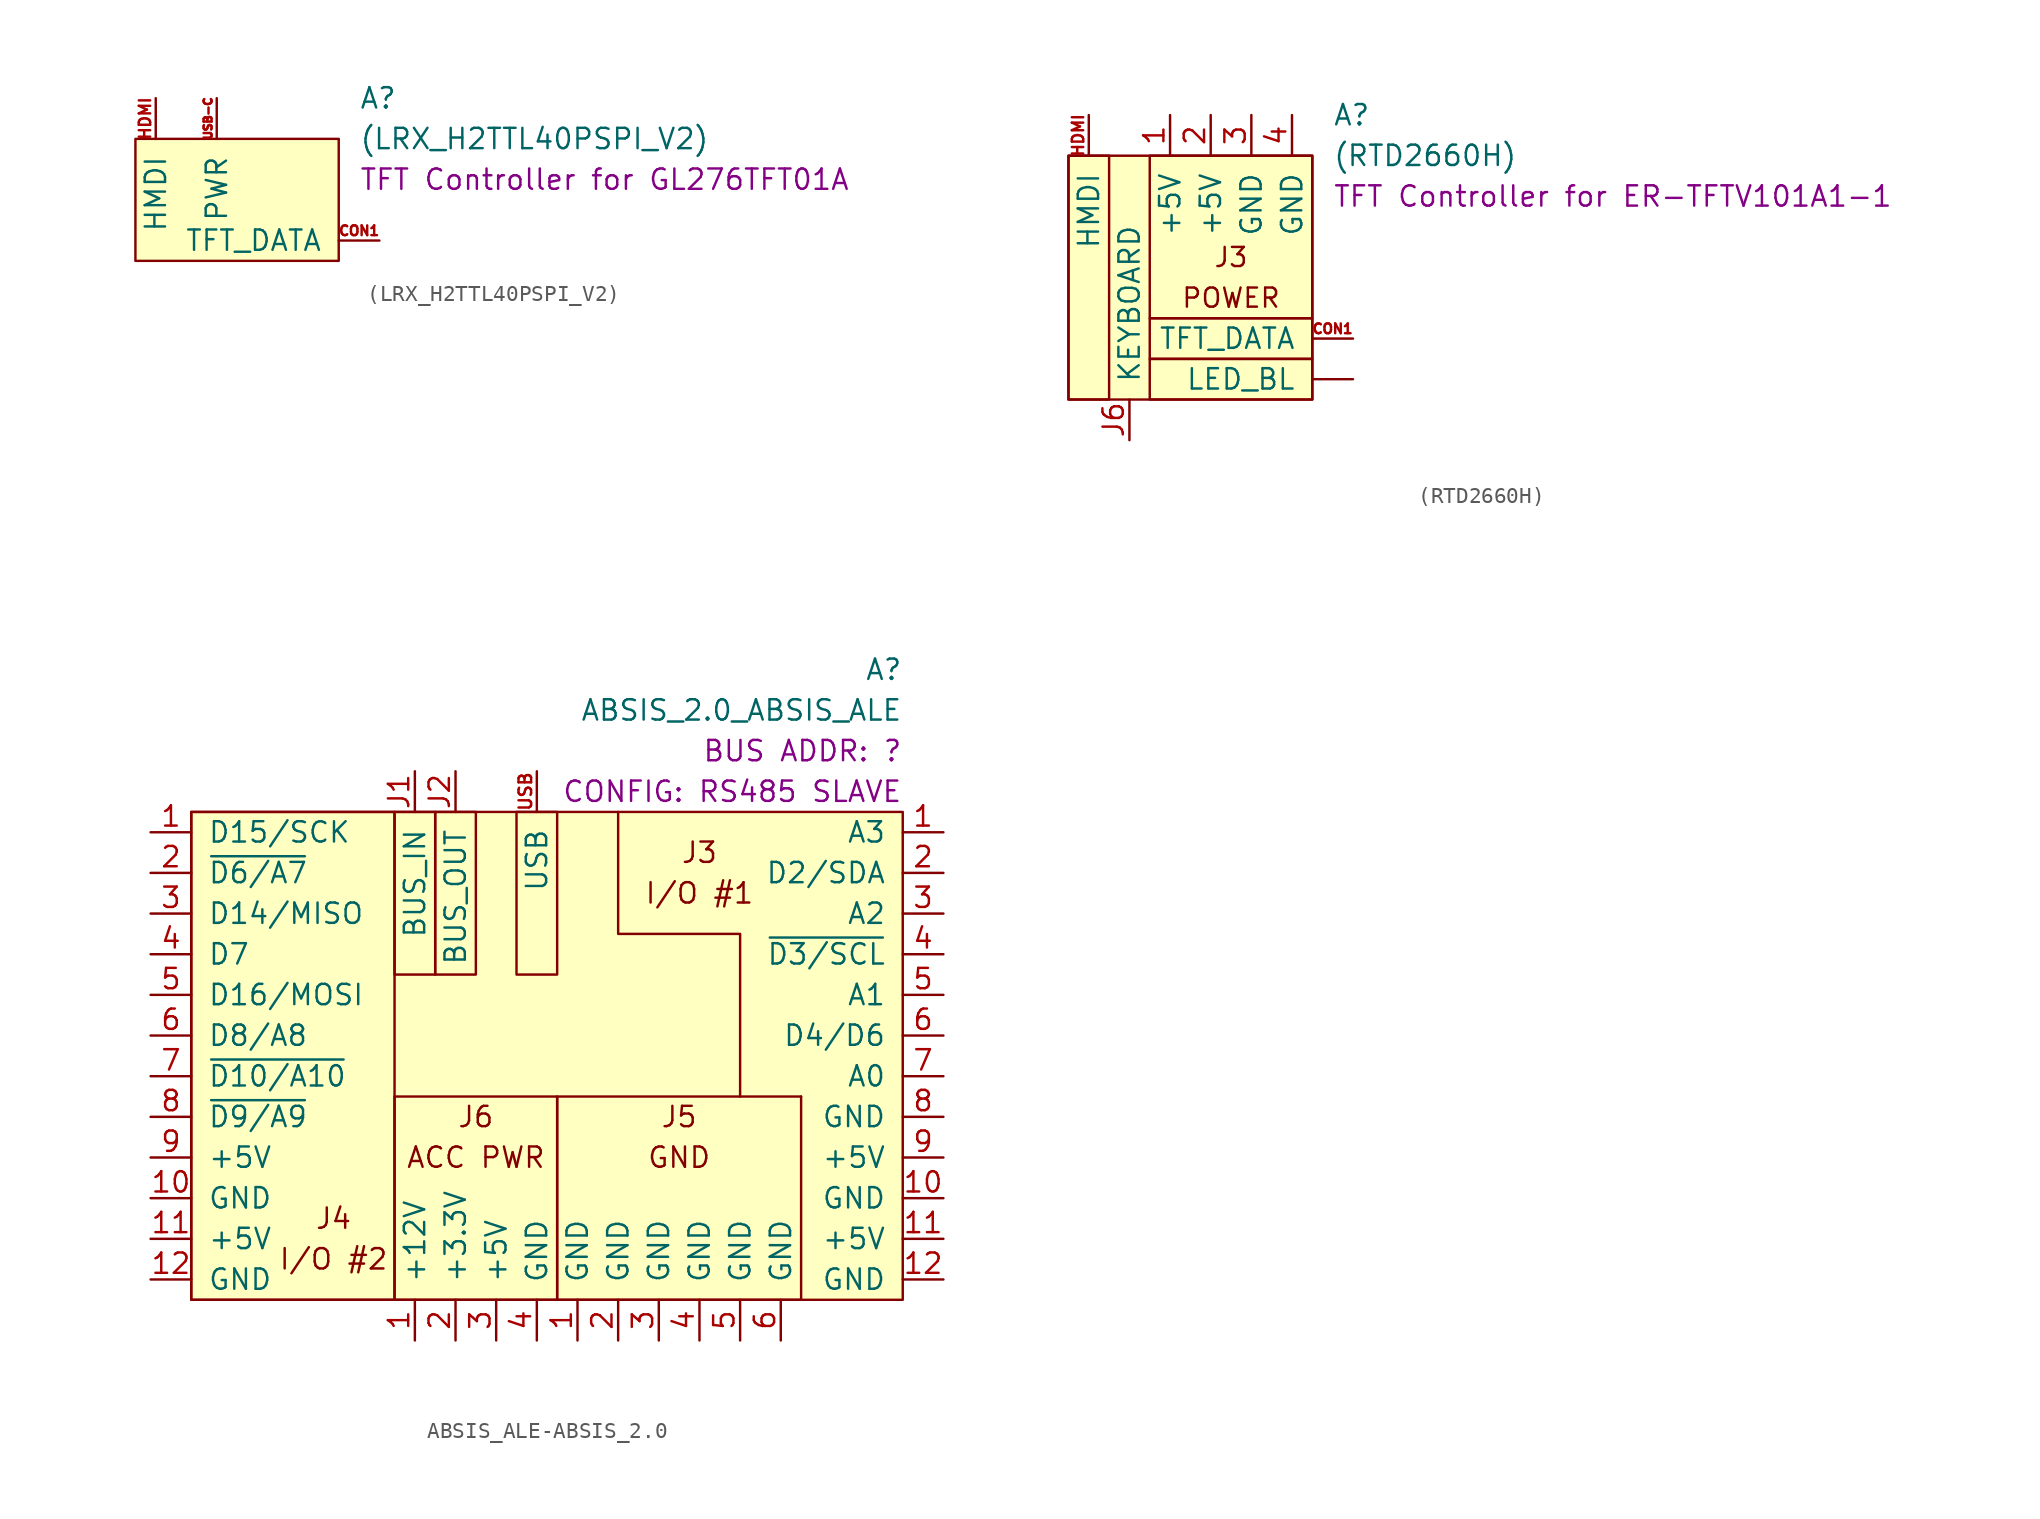
<source format=kicad_sym>
(kicad_symbol_lib
  (version 20231120)
  (generator "kicad_symbol_editor")
  (generator_version "8.0")
  (symbol "(LRX_H2TTL40PSPI_V2)"
    (pin_names
      (offset 1.016))
    (property "Reference" "A"
      (at 25.4 6.35 0)
      (effects (font (size 1.27 1.27)) (justify left)))
    (property "Value" "(LRX_H2TTL40PSPI_V2)"
      (at 25.4 3.81 0)
      (effects (font (size 1.27 1.27)) (justify left)))
    (property "Description" "TFT Controller for GL276TFT01A"
      (at 25.4 1.27 0)
      (effects (font (size 1.27 1.27)) (justify left)))
    (symbol "(LRX_H2TTL40PSPI_V2)_0_0"
      (pin unspecified line (at 26.67 -2.54 180) (length 2.54) (name "TFT_DATA" (effects (font (size 1.27 1.27)))) (number "CON1" (effects (font (size 0.61 0.61)))))
      (pin unspecified line (at 12.7 6.35 270) (length 2.54) (name "HMDI" (effects (font (size 1.27 1.27)))) (number "HDMI" (effects (font (size 0.711 0.711))))))
    (symbol "(LRX_H2TTL40PSPI_V2)_1_0"
      (rectangle (start 11.43 3.81) (end 24.13 -3.81) (stroke (width 0) (type default)) (fill (type background)))
      (pin unspecified line (at 16.51 6.35 270) (length 2.54) (name "PWR" (effects (font (size 1.27 1.27)))) (number "USB-C" (effects (font (size 0.5 0.5)))))))
  (symbol "(RTD2660H)"
    (pin_names
      (offset 1.016))
    (property "Reference" "A"
      (at 25.4 6.35 0)
      (effects (font (size 1.27 1.27)) (justify left)))
    (property "Value" "(RTD2660H)"
      (at 25.4 3.81 0)
      (effects (font (size 1.27 1.27)) (justify left)))
    (property "Description" "TFT Controller for ER-TFTV101A1-1"
      (at 25.4 1.27 0)
      (effects (font (size 1.27 1.27)) (justify left)))
    (symbol "(RTD2660H)_0_0"
      (rectangle (start 8.89 3.81) (end 11.43 -11.43) (stroke (width 0) (type default)) (fill (type none)))
      (rectangle (start 13.97 3.81) (end 24.13 -6.35) (stroke (width 0) (type default)) (fill (type none)))
      (rectangle (start 24.13 -11.43) (end 8.89 3.81) (stroke (width 0) (type default)) (fill (type background)))
      (rectangle (start 24.13 -8.89) (end 13.97 -11.43) (stroke (width 0) (type default)) (fill (type none)))
      (rectangle (start 24.13 -8.89) (end 13.97 -6.35) (stroke (width 0) (type default)) (fill (type none)))
      (text "J3" (at 19.05 -2.54 0) (effects (font (size 1.194 1.194))))
      (text "POWER" (at 19.05 -5.08 0) (effects (font (size 1.194 1.194))))
      (pin unspecified line (at 15.24 6.35 270) (length 2.54) (name "+5V" (effects (font (size 1.27 1.27)))) (number "1" (effects (font (size 1.27 1.27)))))
      (pin unspecified line (at 17.78 6.35 270) (length 2.54) (name "+5V" (effects (font (size 1.27 1.27)))) (number "2" (effects (font (size 1.27 1.27)))))
      (pin unspecified line (at 20.32 6.35 270) (length 2.54) (name "GND" (effects (font (size 1.27 1.27)))) (number "3" (effects (font (size 1.27 1.27)))))
      (pin unspecified line (at 22.86 6.35 270) (length 2.54) (name "GND" (effects (font (size 1.27 1.27)))) (number "4" (effects (font (size 1.27 1.27)))))
      (pin unspecified line (at 26.67 -7.62 180) (length 2.54) (name "TFT_DATA" (effects (font (size 1.27 1.27)))) (number "CON1" (effects (font (size 0.61 0.61)))))
      (pin unspecified line (at 10.16 6.35 270) (length 2.54) (name "HMDI" (effects (font (size 1.27 1.27)))) (number "HDMI" (effects (font (size 0.711 0.711)))))
      (pin unspecified line (at 12.7 -13.97 90) (length 2.54) (name "KEYBOARD" (effects (font (size 1.27 1.27)))) (number "J6" (effects (font (size 1.27 1.27)))))
      (pin unspecified line (at 26.67 -10.16 180) (length 2.54) (name "LED_BL" (effects (font (size 1.27 1.27)))) (number "~" (effects (font (size 1.27 1.27)))))))
  (symbol "ABSIS_ALE-ABSIS_2.0"
    (pin_names
      (offset 1.016))
    (property "Reference" "A"
      (at 15.24 24.13 0)
      (effects (font (size 1.27 1.27)) (justify right)))
    (property "Value" "ABSIS_2.0_ABSIS_ALE"
      (at 15.24 21.59 0)
      (effects (font (size 1.27 1.27)) (justify right)))
    (property "RS485 ADDR" "BUS ADDR: ?"
      (at 15.24 19.05 0)
      (effects (font (size 1.27 1.27)) (justify right)))
    (property "CONFIG" "CONFIG: RS485 SLAVE"
      (at 15.24 16.51 0)
      (effects (font (size 1.27 1.27)) (justify right)))
    (symbol "ABSIS_ALE-ABSIS_2.0_0_0"
      (rectangle (start -29.21 15.24) (end -16.51 -15.24) (stroke (width 0) (type solid)) (fill (type none)))
      (rectangle (start -16.51 -15.24) (end -6.35 -2.54) (stroke (width 0) (type solid)) (fill (type none)))
      (rectangle (start -16.51 15.24) (end -13.97 5.08) (stroke (width 0) (type solid)) (fill (type none)))
      (rectangle (start -13.97 15.24) (end -11.43 5.08) (stroke (width 0) (type solid)) (fill (type none)))
      (rectangle (start -8.89 15.24) (end -6.35 5.08) (stroke (width 0) (type solid)) (fill (type none)))
      (rectangle (start -6.35 -15.24) (end 8.89 -2.54) (stroke (width 0) (type solid)) (fill (type none)))
      (rectangle (start 8.89 -2.54) (end 8.89 -2.54) (stroke (width 0) (type solid)) (fill (type none)))
      (text "ACC PWR" (at -11.43 -6.35 0) (effects (font (size 1.27 1.27))))
      (text "GND" (at 1.27 -6.35 0) (effects (font (size 1.27 1.27))))
      (text "I/O #1" (at 2.54 10.16 0) (effects (font (size 1.27 1.27))))
      (text "I/O #2" (at -20.32 -12.7 0) (effects (font (size 1.27 1.27))))
      (text "J3" (at 2.54 12.7 0) (effects (font (size 1.27 1.27))))
      (text "J4" (at -20.32 -10.16 0) (effects (font (size 1.27 1.27))))
      (text "J5" (at 1.27 -3.81 0) (effects (font (size 1.27 1.27))))
      (text "J6" (at -11.43 -3.81 0) (effects (font (size 1.27 1.27))))
      (pin unspecified line (at -15.24 -17.78 90) (length 2.54) (name "+12V" (effects (font (size 1.27 1.27)))) (number "1" (effects (font (size 1.27 1.27)))))
      (pin unspecified line (at 17.78 13.97 180) (length 2.54) (name "A3" (effects (font (size 1.27 1.27)))) (number "1" (effects (font (size 1.27 1.27)))))
      (pin unspecified line (at -31.75 13.97 0) (length 2.54) (name "D15/SCK" (effects (font (size 1.27 1.27)))) (number "1" (effects (font (size 1.27 1.27)))))
      (pin unspecified line (at -5.08 -17.78 90) (length 2.54) (name "GND" (effects (font (size 1.27 1.27)))) (number "1" (effects (font (size 1.27 1.27)))))
      (pin unspecified line (at -31.75 -8.89 0) (length 2.54) (name "GND" (effects (font (size 1.27 1.27)))) (number "10" (effects (font (size 1.27 1.27)))))
      (pin unspecified line (at 17.78 -8.89 180) (length 2.54) (name "GND" (effects (font (size 1.27 1.27)))) (number "10" (effects (font (size 1.27 1.27)))))
      (pin unspecified line (at -31.75 -11.43 0) (length 2.54) (name "+5V" (effects (font (size 1.27 1.27)))) (number "11" (effects (font (size 1.27 1.27)))))
      (pin unspecified line (at 17.78 -11.43 180) (length 2.54) (name "+5V" (effects (font (size 1.27 1.27)))) (number "11" (effects (font (size 1.27 1.27)))))
      (pin unspecified line (at -31.75 -13.97 0) (length 2.54) (name "GND" (effects (font (size 1.27 1.27)))) (number "12" (effects (font (size 1.27 1.27)))))
      (pin unspecified line (at 17.78 -13.97 180) (length 2.54) (name "GND" (effects (font (size 1.27 1.27)))) (number "12" (effects (font (size 1.27 1.27)))))
      (pin unspecified line (at -12.7 -17.78 90) (length 2.54) (name "+3.3V" (effects (font (size 1.27 1.27)))) (number "2" (effects (font (size 1.27 1.27)))))
      (pin unspecified line (at 17.78 11.43 180) (length 2.54) (name "D2/SDA" (effects (font (size 1.27 1.27)))) (number "2" (effects (font (size 1.27 1.27)))))
      (pin unspecified line (at -2.54 -17.78 90) (length 2.54) (name "GND" (effects (font (size 1.27 1.27)))) (number "2" (effects (font (size 1.27 1.27)))))
      (pin unspecified line (at -31.75 11.43 0) (length 2.54) (name "~{D6/A7}" (effects (font (size 1.27 1.27)))) (number "2" (effects (font (size 1.27 1.27)))))
      (pin unspecified line (at -10.16 -17.78 90) (length 2.54) (name "+5V" (effects (font (size 1.27 1.27)))) (number "3" (effects (font (size 1.27 1.27)))))
      (pin unspecified line (at 17.78 8.89 180) (length 2.54) (name "A2" (effects (font (size 1.27 1.27)))) (number "3" (effects (font (size 1.27 1.27)))))
      (pin unspecified line (at -31.75 8.89 0) (length 2.54) (name "D14/MISO" (effects (font (size 1.27 1.27)))) (number "3" (effects (font (size 1.27 1.27)))))
      (pin unspecified line (at 0 -17.78 90) (length 2.54) (name "GND" (effects (font (size 1.27 1.27)))) (number "3" (effects (font (size 1.27 1.27)))))
      (pin unspecified line (at -31.75 6.35 0) (length 2.54) (name "D7" (effects (font (size 1.27 1.27)))) (number "4" (effects (font (size 1.27 1.27)))))
      (pin unspecified line (at -7.62 -17.78 90) (length 2.54) (name "GND" (effects (font (size 1.27 1.27)))) (number "4" (effects (font (size 1.27 1.27)))))
      (pin unspecified line (at 2.54 -17.78 90) (length 2.54) (name "GND" (effects (font (size 1.27 1.27)))) (number "4" (effects (font (size 1.27 1.27)))))
      (pin unspecified line (at 17.78 6.35 180) (length 2.54) (name "~{D3/SCL}" (effects (font (size 1.27 1.27)))) (number "4" (effects (font (size 1.27 1.27)))))
      (pin unspecified line (at 17.78 3.81 180) (length 2.54) (name "A1" (effects (font (size 1.27 1.27)))) (number "5" (effects (font (size 1.27 1.27)))))
      (pin unspecified line (at -31.75 3.81 0) (length 2.54) (name "D16/MOSI" (effects (font (size 1.27 1.27)))) (number "5" (effects (font (size 1.27 1.27)))))
      (pin unspecified line (at 5.08 -17.78 90) (length 2.54) (name "GND" (effects (font (size 1.27 1.27)))) (number "5" (effects (font (size 1.27 1.27)))))
      (pin unspecified line (at 17.78 1.27 180) (length 2.54) (name "D4/D6" (effects (font (size 1.27 1.27)))) (number "6" (effects (font (size 1.27 1.27)))))
      (pin unspecified line (at -31.75 1.27 0) (length 2.54) (name "D8/A8" (effects (font (size 1.27 1.27)))) (number "6" (effects (font (size 1.27 1.27)))))
      (pin unspecified line (at 7.62 -17.78 90) (length 2.54) (name "GND" (effects (font (size 1.27 1.27)))) (number "6" (effects (font (size 1.27 1.27)))))
      (pin unspecified line (at 17.78 -1.27 180) (length 2.54) (name "A0" (effects (font (size 1.27 1.27)))) (number "7" (effects (font (size 1.27 1.27)))))
      (pin unspecified line (at -31.75 -1.27 0) (length 2.54) (name "~{D10/A10}" (effects (font (size 1.27 1.27)))) (number "7" (effects (font (size 1.27 1.27)))))
      (pin unspecified line (at 17.78 -3.81 180) (length 2.54) (name "GND" (effects (font (size 1.27 1.27)))) (number "8" (effects (font (size 1.27 1.27)))))
      (pin unspecified line (at -31.75 -3.81 0) (length 2.54) (name "~{D9/A9}" (effects (font (size 1.27 1.27)))) (number "8" (effects (font (size 1.27 1.27)))))
      (pin unspecified line (at -31.75 -6.35 0) (length 2.54) (name "+5V" (effects (font (size 1.27 1.27)))) (number "9" (effects (font (size 1.27 1.27)))))
      (pin unspecified line (at 17.78 -6.35 180) (length 2.54) (name "+5V" (effects (font (size 1.27 1.27)))) (number "9" (effects (font (size 1.27 1.27)))))
      (pin bidirectional line (at -15.24 17.78 270) (length 2.54) (name "BUS_IN" (effects (font (size 1.27 1.27)))) (number "J1" (effects (font (size 1.27 1.27)))))
      (pin bidirectional line (at -12.7 17.78 270) (length 2.54) (name "BUS_OUT" (effects (font (size 1.27 1.27)))) (number "J2" (effects (font (size 1.27 1.27)))))
      (pin unspecified line (at -7.62 17.78 270) (length 2.54) (name "USB" (effects (font (size 1.27 1.27)))) (number "USB" (effects (font (size 0.787 0.787))))))
    (symbol "ABSIS_ALE-ABSIS_2.0_0_1"
      (polyline (pts (xy -2.54 15.24) (xy -2.54 7.62) (xy 5.08 7.62) (xy 5.08 -2.54)) (stroke (width 0) (type solid)) (fill (type none)))
      (rectangle (start 15.24 -15.24) (end -29.21 15.24) (stroke (width 0) (type solid)) (fill (type background))))))
</source>
